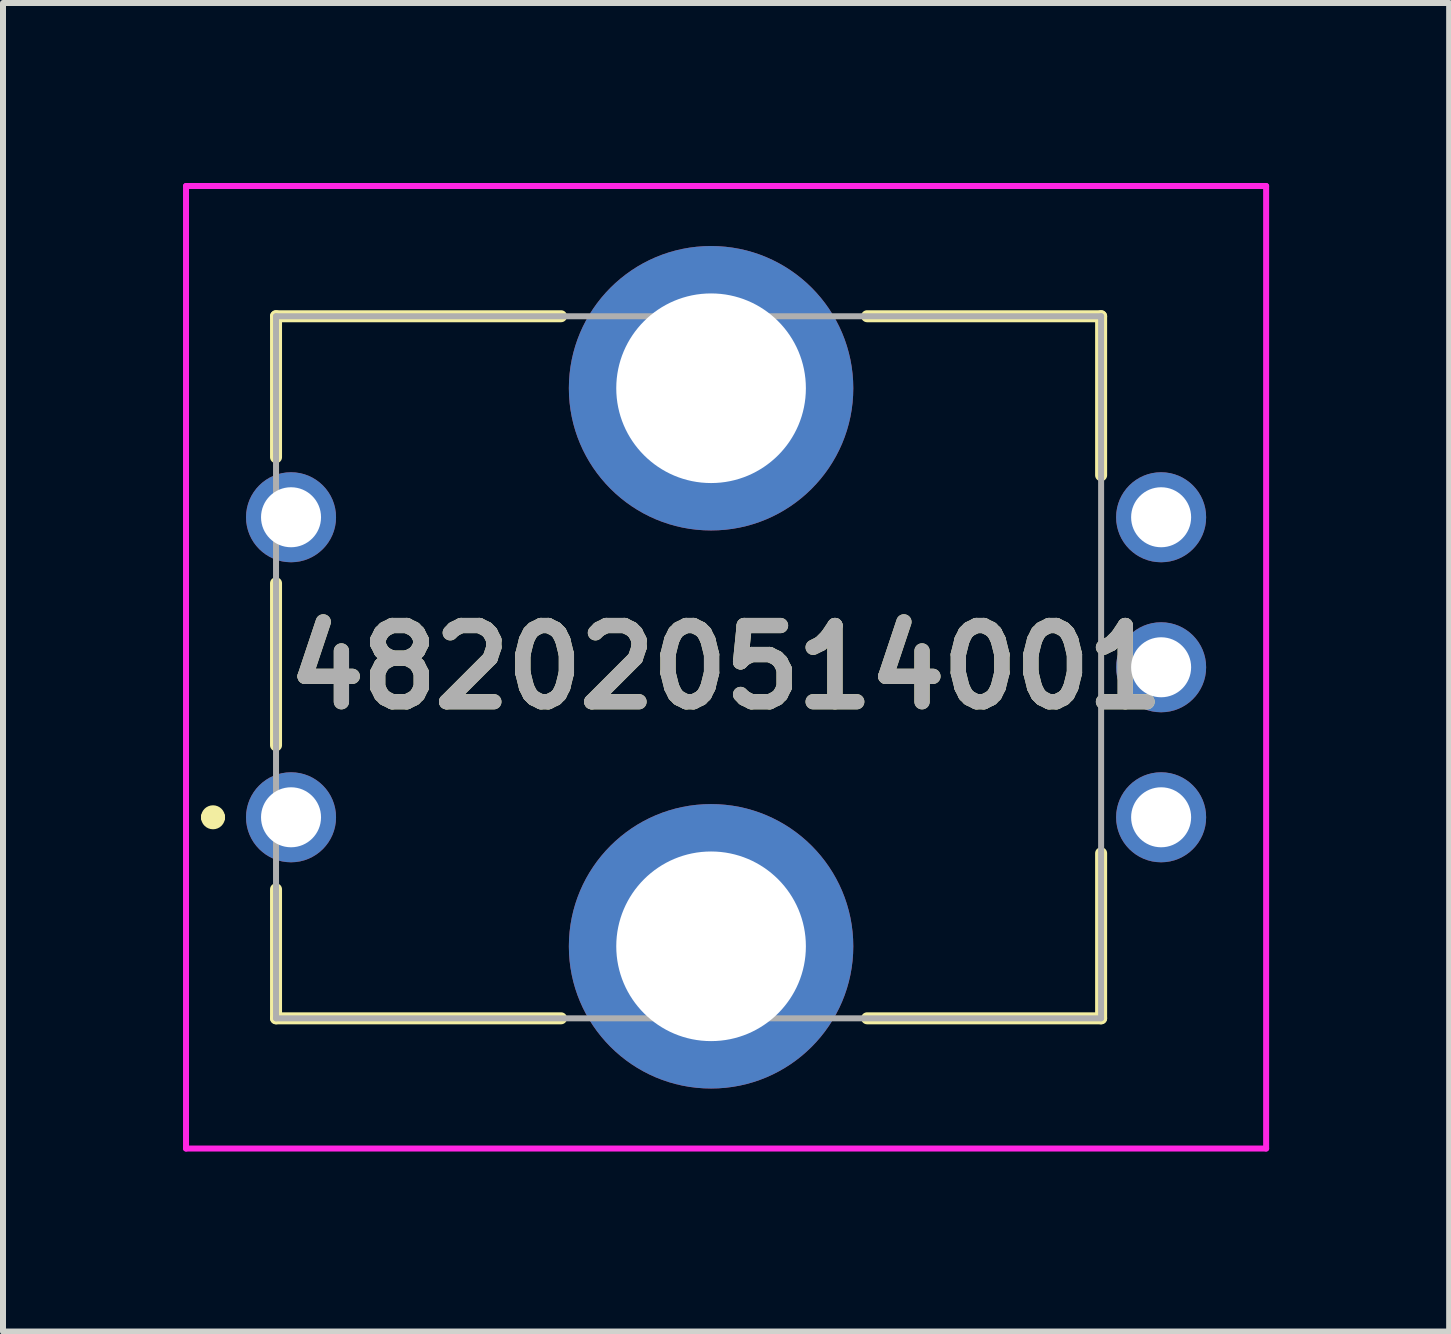
<source format=kicad_pcb>
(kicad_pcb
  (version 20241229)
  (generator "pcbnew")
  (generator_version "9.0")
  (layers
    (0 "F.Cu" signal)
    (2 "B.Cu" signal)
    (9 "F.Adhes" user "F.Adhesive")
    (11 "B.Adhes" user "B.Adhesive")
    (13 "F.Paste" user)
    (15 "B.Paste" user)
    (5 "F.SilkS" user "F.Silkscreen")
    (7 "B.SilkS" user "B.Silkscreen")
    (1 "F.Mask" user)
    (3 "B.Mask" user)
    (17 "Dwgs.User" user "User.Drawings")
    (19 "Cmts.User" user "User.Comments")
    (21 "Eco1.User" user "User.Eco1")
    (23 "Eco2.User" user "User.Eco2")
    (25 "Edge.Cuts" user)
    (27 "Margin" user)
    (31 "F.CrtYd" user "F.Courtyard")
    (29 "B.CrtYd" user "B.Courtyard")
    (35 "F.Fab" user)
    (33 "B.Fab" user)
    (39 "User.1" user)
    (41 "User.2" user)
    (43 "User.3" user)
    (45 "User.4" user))
  (footprint "482020514001"
    (layer "F.Cu")
    (at 1.8 10.57)
    (property "Reference" "482020514001" (at 7.25 -2.5 0) (layer "F.SilkS") (effects (font (size 1.27 1.27) (thickness 0.254))))
    (attr through_hole)
    (fp_line (start -1.4 0) (end -1.4 0) (stroke (width 0.2) (type solid)) (layer "F.SilkS"))
    (fp_line (start -1.2 0) (end -1.2 0) (stroke (width 0.2) (type solid)) (layer "F.SilkS"))
    (fp_line (start -0.25 -8.35) (end -0.25 -6) (stroke (width 0.2) (type solid)) (layer "F.SilkS"))
    (fp_line (start -0.25 -3.9) (end -0.25 -1.2) (stroke (width 0.2) (type solid)) (layer "F.SilkS"))
    (fp_line (start -0.25 1.2) (end -0.25 3.35) (stroke (width 0.2) (type solid)) (layer "F.SilkS"))
    (fp_line (start -0.25 3.35) (end 4.5 3.35) (stroke (width 0.2) (type solid)) (layer "F.SilkS"))
    (fp_line (start 4.5 -8.35) (end -0.25 -8.35) (stroke (width 0.2) (type solid)) (layer "F.SilkS"))
    (fp_line (start 9.6 3.35) (end 13.5 3.35) (stroke (width 0.2) (type solid)) (layer "F.SilkS"))
    (fp_line (start 13.5 -8.35) (end 9.6 -8.35) (stroke (width 0.2) (type solid)) (layer "F.SilkS"))
    (fp_line (start 13.5 -5.7) (end 13.5 -8.35) (stroke (width 0.2) (type solid)) (layer "F.SilkS"))
    (fp_line (start 13.5 3.35) (end 13.5 0.6) (stroke (width 0.2) (type solid)) (layer "F.SilkS"))
    (fp_arc (start -1.4 0) (mid -1.3 -0.1) (end -1.2 0) (stroke (width 0.2) (type solid)) (layer "F.SilkS"))
    (fp_arc (start -1.2 0) (mid -1.3 0.1) (end -1.4 0) (stroke (width 0.2) (type solid)) (layer "F.SilkS"))
    (fp_line (start -1.75 -10.52) (end 16.25 -10.52) (stroke (width 0.1) (type solid)) (layer "F.CrtYd"))
    (fp_line (start -1.75 5.52) (end -1.75 -10.52) (stroke (width 0.1) (type solid)) (layer "F.CrtYd"))
    (fp_line (start 16.25 -10.52) (end 16.25 5.52) (stroke (width 0.1) (type solid)) (layer "F.CrtYd"))
    (fp_line (start 16.25 5.52) (end -1.75 5.52) (stroke (width 0.1) (type solid)) (layer "F.CrtYd"))
    (fp_line (start -0.25 -8.35) (end 13.5 -8.35) (stroke (width 0.1) (type solid)) (layer "F.Fab"))
    (fp_line (start -0.25 3.35) (end -0.25 -8.35) (stroke (width 0.1) (type solid)) (layer "F.Fab"))
    (fp_line (start 13.5 -8.35) (end 13.5 3.35) (stroke (width 0.1) (type solid)) (layer "F.Fab"))
    (fp_line (start 13.5 3.35) (end -0.25 3.35) (stroke (width 0.1) (type solid)) (layer "F.Fab"))
    (fp_text user "${REFERENCE}" (at 7.25 -2.5 0) (layer "F.Fab") (effects (font (size 1.27 1.27) (thickness 0.254))))
    (pad "1" thru_hole circle (at 0 0) (size 1.5 1.5) (drill 1) (layers "*.Cu" "*.Mask"))
    (pad "2" thru_hole circle (at 0 -5) (size 1.5 1.5) (drill 1) (layers "*.Cu" "*.Mask"))
    (pad "A1" thru_hole circle (at 14.5 0) (size 1.5 1.5) (drill 1) (layers "*.Cu" "*.Mask"))
    (pad "B1" thru_hole circle (at 14.5 -5) (size 1.5 1.5) (drill 1) (layers "*.Cu" "*.Mask"))
    (pad "C1" thru_hole circle (at 14.5 -2.5) (size 1.5 1.5) (drill 1) (layers "*.Cu" "*.Mask"))
    (pad "MH1" thru_hole circle (at 7 2.15) (size 4.74 4.74) (drill 3.16) (layers "*.Cu" "*.Mask"))
    (pad "MH2" thru_hole circle (at 7 -7.15) (size 4.74 4.74) (drill 3.16) (layers "*.Cu" "*.Mask")))
  (gr_rect
    (start -3 -3)
    (end 21.1 19.14)
    (stroke (width 0.1) (type default))
    (fill no)
    (layer "Edge.Cuts")))
</source>
